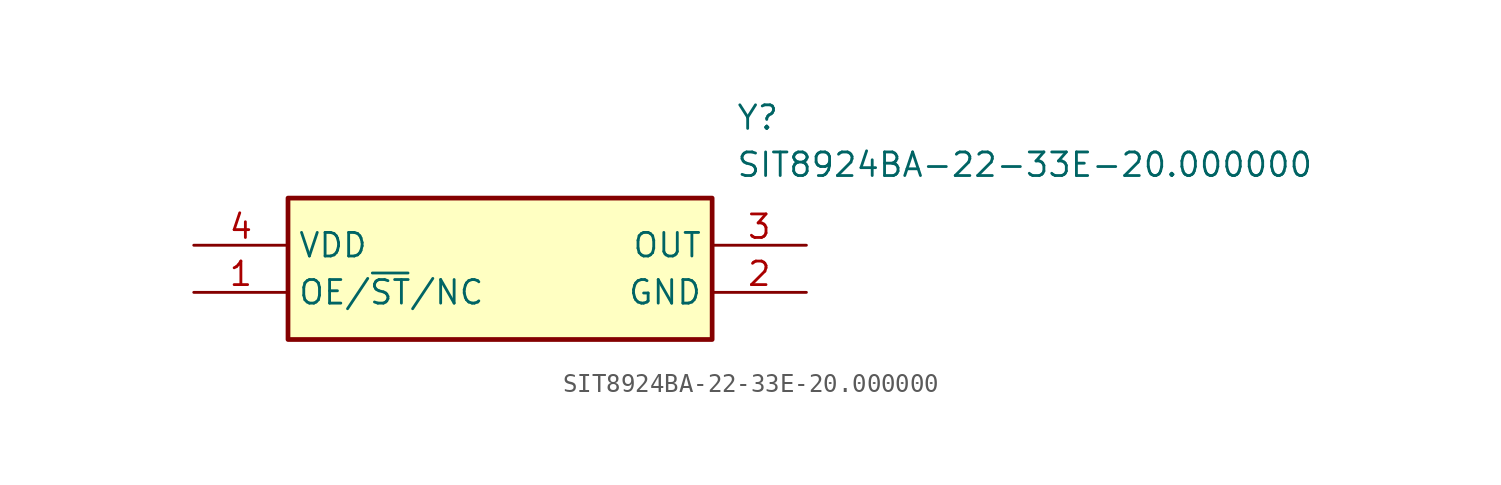
<source format=kicad_sym>
(kicad_symbol_lib
  (version 20211014)
  (generator SamacSys_ECAD_Model)
  (symbol "SIT8924BA-22-33E-20.000000"
    (property "Reference" "Y"
      (at 29.21 7.62 0)
      (effects (font (size 1.27 1.27)) (justify left top)))
    (property "Value" "SIT8924BA-22-33E-20.000000"
      (at 29.21 5.08 0)
      (effects (font (size 1.27 1.27)) (justify left top)))
    (rectangle
      (start 5.08 2.54)
      (end 27.94 -5.08)
      (stroke (width 0.254) (type default))
      (fill (type background)))
    (pin passive line
      (at 0 -2.54 0)
      (length 5.08)
      (name "OE/~{ST}/NC" (effects (font (size 1.27 1.27))))
      (number "1" (effects (font (size 1.27 1.27)))))
    (pin passive line
      (at 33.02 -2.54 180)
      (length 5.08)
      (name "GND" (effects (font (size 1.27 1.27))))
      (number "2" (effects (font (size 1.27 1.27)))))
    (pin passive line
      (at 33.02 0 180)
      (length 5.08)
      (name "OUT" (effects (font (size 1.27 1.27))))
      (number "3" (effects (font (size 1.27 1.27)))))
    (pin passive line
      (at 0 0 0)
      (length 5.08)
      (name "VDD" (effects (font (size 1.27 1.27))))
      (number "4" (effects (font (size 1.27 1.27)))))))
</source>
